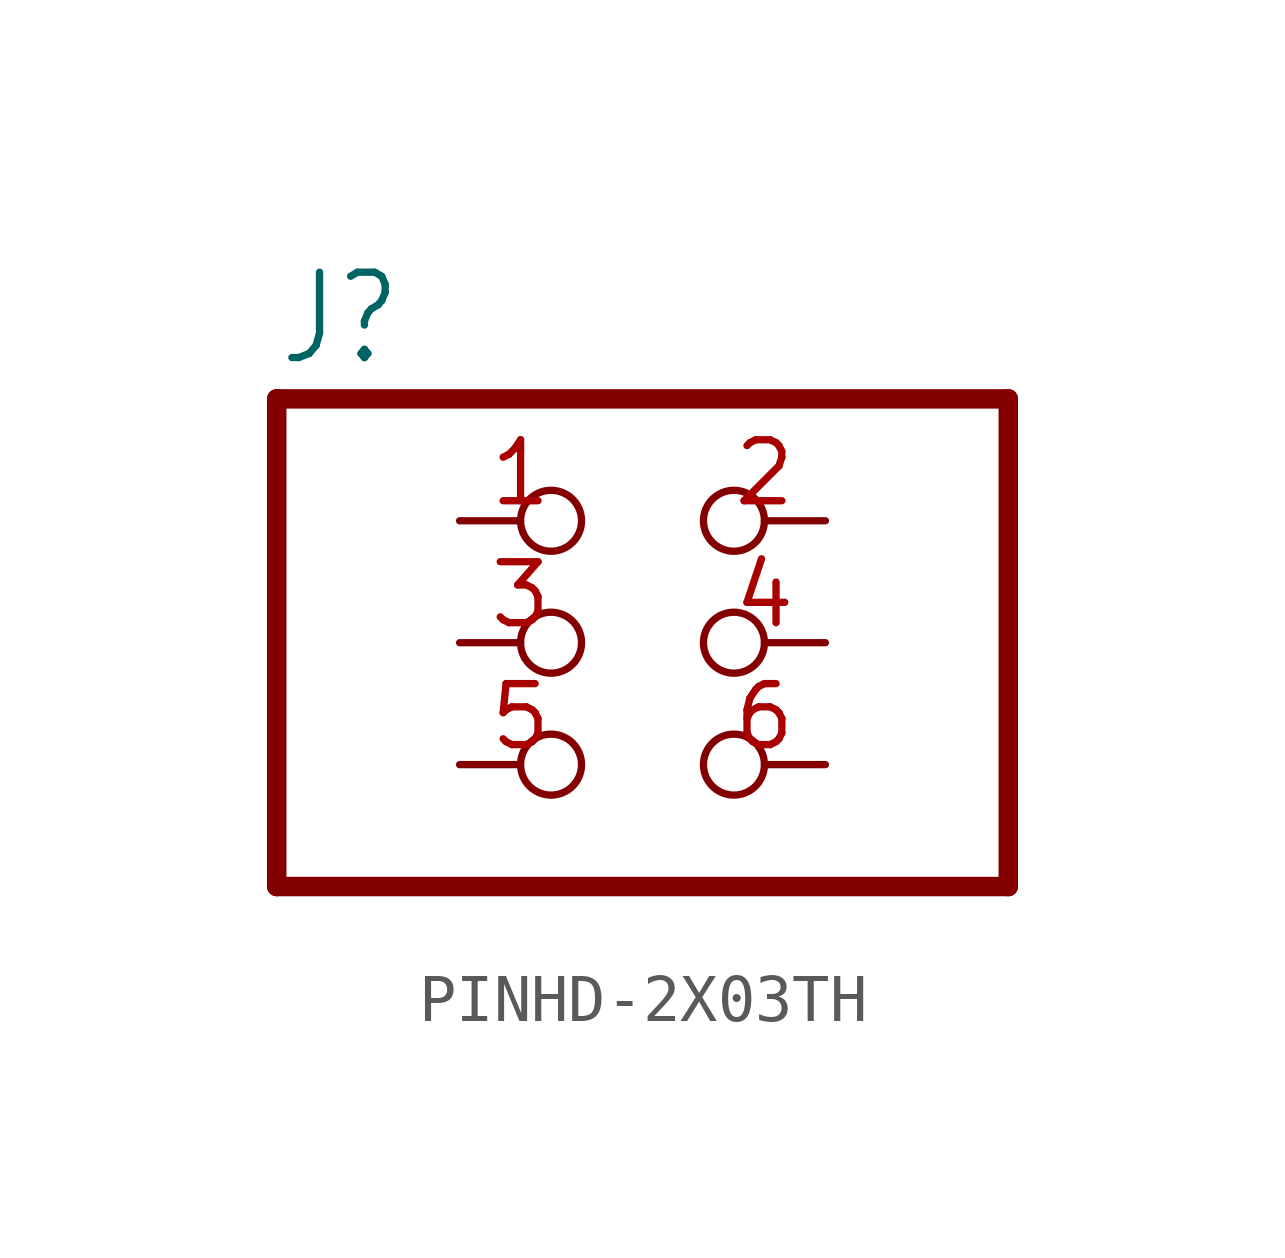
<source format=kicad_sym>
(kicad_symbol_lib
  (version 20231120)
  (generator "kicad_symbol_editor")
  (generator_version "8.0")
  (symbol "PINHD-2X03TH"
    (property "Reference" "J"
      (at -6.35 5.715 0)
      (effects (font (size 1.778 1.511)) (justify left bottom)))
    (property "ki_locked" ""
      (at 0 0 0)
      (effects (font (size 1.27 1.27))))
    (symbol "PINHD-2X03TH_1_0"
      (polyline (pts (xy -6.35 -5.08) (xy 8.89 -5.08)) (stroke (width 0.406) (type solid)) (fill (type none)))
      (polyline (pts (xy -6.35 5.08) (xy -6.35 -5.08)) (stroke (width 0.406) (type solid)) (fill (type none)))
      (polyline (pts (xy 8.89 -5.08) (xy 8.89 5.08)) (stroke (width 0.406) (type solid)) (fill (type none)))
      (polyline (pts (xy 8.89 5.08) (xy -6.35 5.08)) (stroke (width 0.406) (type solid)) (fill (type none)))
      (pin passive inverted (at -2.54 2.54 0) (length 2.54) (name "1" (effects (font (size 0 0)))) (number "1" (effects (font (size 1.27 1.27)))))
      (pin passive inverted (at 5.08 2.54 180) (length 2.54) (name "2" (effects (font (size 0 0)))) (number "2" (effects (font (size 1.27 1.27)))))
      (pin passive inverted (at -2.54 0 0) (length 2.54) (name "3" (effects (font (size 0 0)))) (number "3" (effects (font (size 1.27 1.27)))))
      (pin passive inverted (at 5.08 0 180) (length 2.54) (name "4" (effects (font (size 0 0)))) (number "4" (effects (font (size 1.27 1.27)))))
      (pin passive inverted (at -2.54 -2.54 0) (length 2.54) (name "5" (effects (font (size 0 0)))) (number "5" (effects (font (size 1.27 1.27)))))
      (pin passive inverted (at 5.08 -2.54 180) (length 2.54) (name "6" (effects (font (size 0 0)))) (number "6" (effects (font (size 1.27 1.27))))))))
</source>
